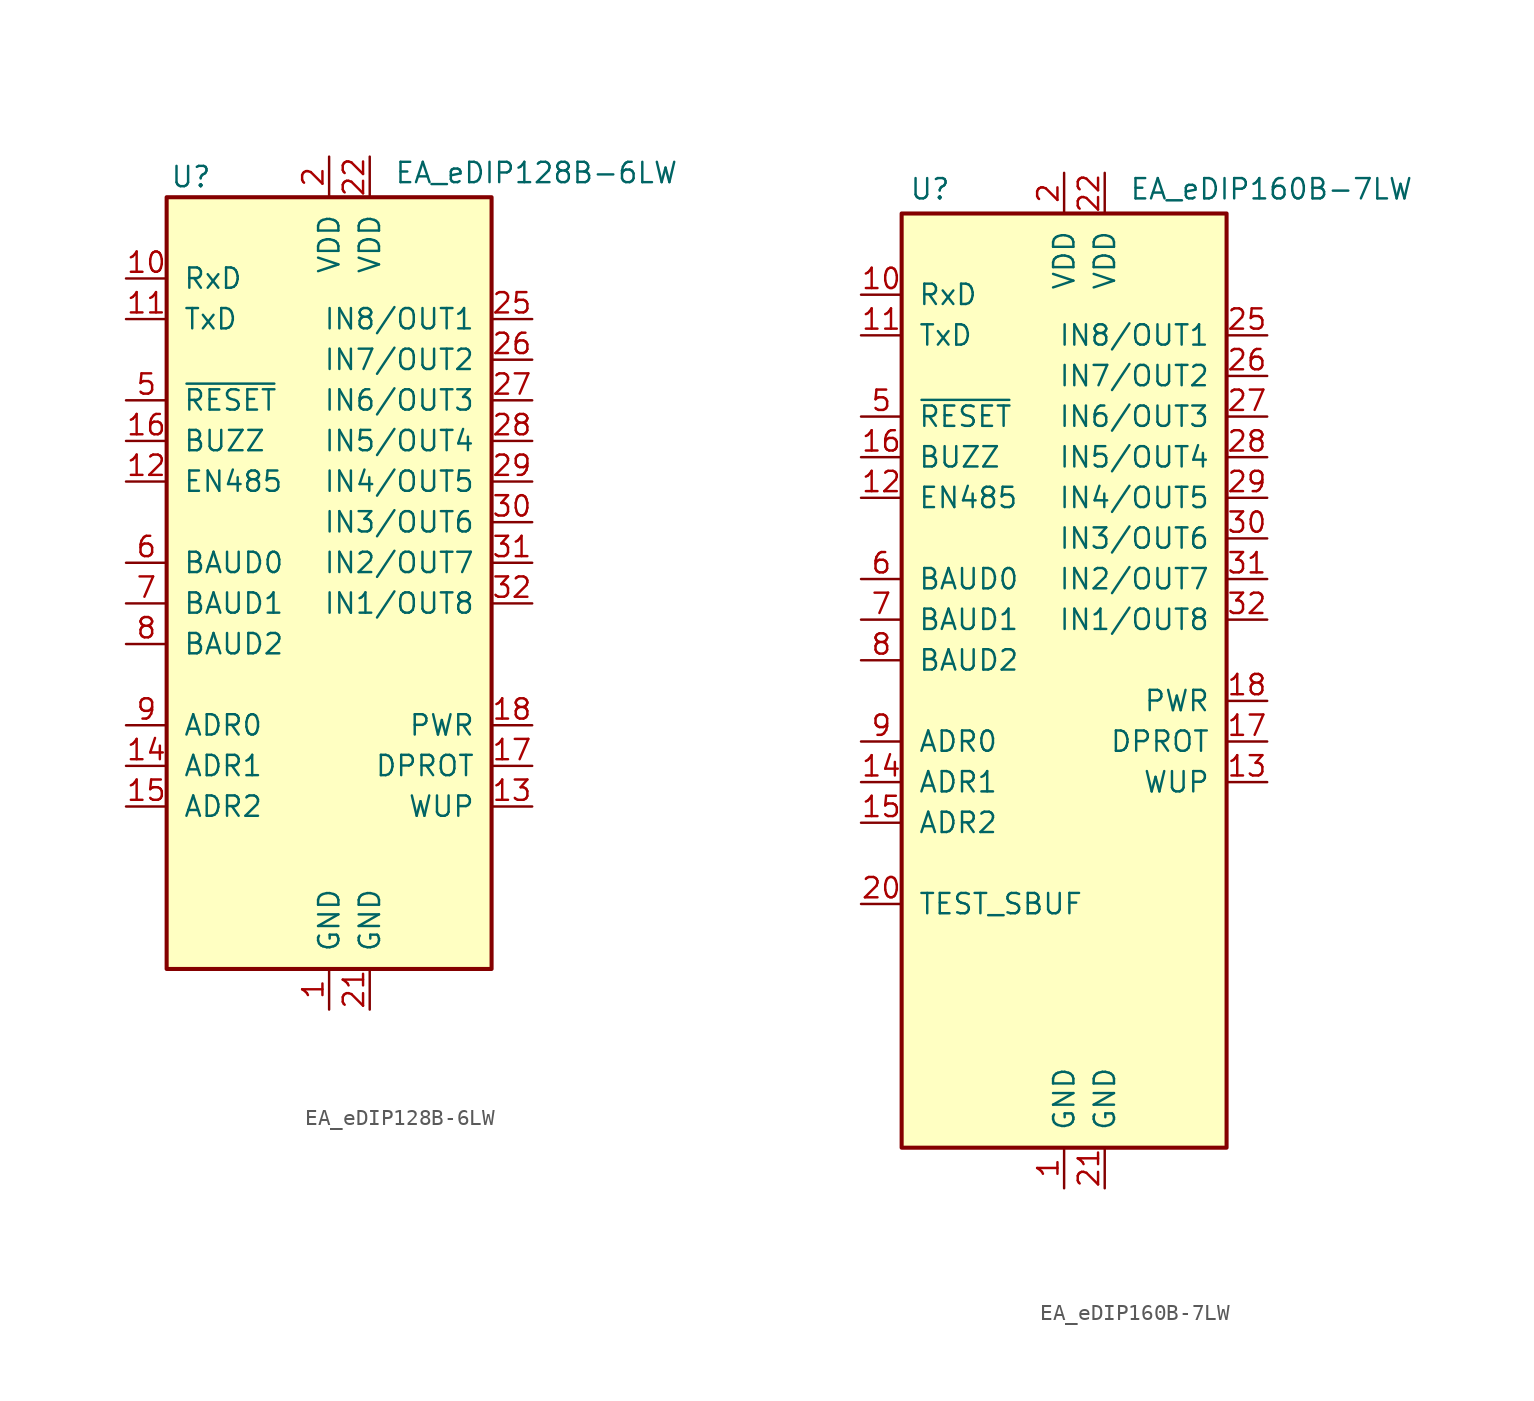
<source format=kicad_sym>
(kicad_symbol_lib
  (version 20241209)
  (generator "kicad_symbol_editor")
  (generator_version "9.0")
  (symbol "EA_eDIP128B-6LW"
    (pin_names
      (offset 1.016))
    (property "Reference" "U"
      (at -8.636 24.13 0)
      (effects (font (size 1.27 1.27))))
    (property "Value" "EA_eDIP128B-6LW"
      (at 4.064 24.384 0)
      (effects (font (size 1.27 1.27)) (justify left)))
    (symbol "EA_eDIP128B-6LW_0_1"
      (rectangle (start -10.16 22.86) (end 10.16 -25.4) (stroke (width 0.254) (type default)) (fill (type background))))
    (symbol "EA_eDIP128B-6LW_1_1"
      (pin input line (at -12.7 17.78 0) (length 2.54) (name "RxD" (effects (font (size 1.27 1.27)))) (number "10" (effects (font (size 1.27 1.27)))))
      (pin output line (at -12.7 15.24 0) (length 2.54) (name "TxD" (effects (font (size 1.27 1.27)))) (number "11" (effects (font (size 1.27 1.27)))))
      (pin input line (at -12.7 10.16 0) (length 2.54) (name "~{RESET}" (effects (font (size 1.27 1.27)))) (number "5" (effects (font (size 1.27 1.27)))))
      (pin output line (at -12.7 7.62 0) (length 2.54) (name "BUZZ" (effects (font (size 1.27 1.27)))) (number "16" (effects (font (size 1.27 1.27)))))
      (pin output line (at -12.7 5.08 0) (length 2.54) (name "EN485" (effects (font (size 1.27 1.27)))) (number "12" (effects (font (size 1.27 1.27)))))
      (pin input line (at -12.7 0 0) (length 2.54) (name "BAUD0" (effects (font (size 1.27 1.27)))) (number "6" (effects (font (size 1.27 1.27)))))
      (pin input line (at -12.7 -2.54 0) (length 2.54) (name "BAUD1" (effects (font (size 1.27 1.27)))) (number "7" (effects (font (size 1.27 1.27)))))
      (pin input line (at -12.7 -5.08 0) (length 2.54) (name "BAUD2" (effects (font (size 1.27 1.27)))) (number "8" (effects (font (size 1.27 1.27)))))
      (pin input line (at -12.7 -10.16 0) (length 2.54) (name "ADR0" (effects (font (size 1.27 1.27)))) (number "9" (effects (font (size 1.27 1.27)))))
      (pin input line (at -12.7 -12.7 0) (length 2.54) (name "ADR1" (effects (font (size 1.27 1.27)))) (number "14" (effects (font (size 1.27 1.27)))))
      (pin input line (at -12.7 -15.24 0) (length 2.54) (name "ADR2" (effects (font (size 1.27 1.27)))) (number "15" (effects (font (size 1.27 1.27)))))
      (pin no_connect line (at -10.16 -17.78 0) (length 2.54) (hide yes) (name "NC" (effects (font (size 1.27 1.27)))) (number "3" (effects (font (size 1.27 1.27)))))
      (pin no_connect line (at -10.16 -20.32 0) (length 2.54) (hide yes) (name "NC" (effects (font (size 1.27 1.27)))) (number "4" (effects (font (size 1.27 1.27)))))
      (pin no_connect line (at -10.16 -22.86 0) (length 2.54) (hide yes) (name "NC" (effects (font (size 1.27 1.27)))) (number "19" (effects (font (size 1.27 1.27)))))
      (pin power_in line (at 0 25.4 270) (length 2.54) (name "VDD" (effects (font (size 1.27 1.27)))) (number "2" (effects (font (size 1.27 1.27)))))
      (pin power_in line (at 0 -27.94 90) (length 2.54) (name "GND" (effects (font (size 1.27 1.27)))) (number "1" (effects (font (size 1.27 1.27)))))
      (pin power_in line (at 2.54 25.4 270) (length 2.54) (name "VDD" (effects (font (size 1.27 1.27)))) (number "22" (effects (font (size 1.27 1.27)))))
      (pin power_in line (at 2.54 -27.94 90) (length 2.54) (name "GND" (effects (font (size 1.27 1.27)))) (number "21" (effects (font (size 1.27 1.27)))))
      (pin no_connect line (at 10.16 -17.78 180) (length 2.54) (hide yes) (name "NC" (effects (font (size 1.27 1.27)))) (number "23" (effects (font (size 1.27 1.27)))))
      (pin no_connect line (at 10.16 -20.32 180) (length 2.54) (hide yes) (name "NC" (effects (font (size 1.27 1.27)))) (number "24" (effects (font (size 1.27 1.27)))))
      (pin bidirectional line (at 12.7 15.24 180) (length 2.54) (name "IN8/OUT1" (effects (font (size 1.27 1.27)))) (number "25" (effects (font (size 1.27 1.27)))))
      (pin bidirectional line (at 12.7 12.7 180) (length 2.54) (name "IN7/OUT2" (effects (font (size 1.27 1.27)))) (number "26" (effects (font (size 1.27 1.27)))))
      (pin bidirectional line (at 12.7 10.16 180) (length 2.54) (name "IN6/OUT3" (effects (font (size 1.27 1.27)))) (number "27" (effects (font (size 1.27 1.27)))))
      (pin bidirectional line (at 12.7 7.62 180) (length 2.54) (name "IN5/OUT4" (effects (font (size 1.27 1.27)))) (number "28" (effects (font (size 1.27 1.27)))))
      (pin bidirectional line (at 12.7 5.08 180) (length 2.54) (name "IN4/OUT5" (effects (font (size 1.27 1.27)))) (number "29" (effects (font (size 1.27 1.27)))))
      (pin bidirectional line (at 12.7 2.54 180) (length 2.54) (name "IN3/OUT6" (effects (font (size 1.27 1.27)))) (number "30" (effects (font (size 1.27 1.27)))))
      (pin bidirectional line (at 12.7 0 180) (length 2.54) (name "IN2/OUT7" (effects (font (size 1.27 1.27)))) (number "31" (effects (font (size 1.27 1.27)))))
      (pin bidirectional line (at 12.7 -2.54 180) (length 2.54) (name "IN1/OUT8" (effects (font (size 1.27 1.27)))) (number "32" (effects (font (size 1.27 1.27)))))
      (pin output line (at 12.7 -10.16 180) (length 2.54) (name "PWR" (effects (font (size 1.27 1.27)))) (number "18" (effects (font (size 1.27 1.27)))))
      (pin input line (at 12.7 -12.7 180) (length 2.54) (name "DPROT" (effects (font (size 1.27 1.27)))) (number "17" (effects (font (size 1.27 1.27)))))
      (pin input line (at 12.7 -15.24 180) (length 2.54) (name "WUP" (effects (font (size 1.27 1.27)))) (number "13" (effects (font (size 1.27 1.27)))))))
  (symbol "EA_eDIP160B-7LW"
    (pin_names
      (offset 1.016))
    (property "Reference" "U"
      (at -8.382 29.464 0)
      (effects (font (size 1.27 1.27))))
    (property "Value" "EA_eDIP160B-7LW"
      (at 4.064 29.464 0)
      (effects (font (size 1.27 1.27)) (justify left)))
    (symbol "EA_eDIP160B-7LW_0_1"
      (rectangle (start -10.16 27.94) (end 10.16 -30.48) (stroke (width 0.254) (type default)) (fill (type background))))
    (symbol "EA_eDIP160B-7LW_1_1"
      (pin input line (at -12.7 22.86 0) (length 2.54) (name "RxD" (effects (font (size 1.27 1.27)))) (number "10" (effects (font (size 1.27 1.27)))))
      (pin output line (at -12.7 20.32 0) (length 2.54) (name "TxD" (effects (font (size 1.27 1.27)))) (number "11" (effects (font (size 1.27 1.27)))))
      (pin input line (at -12.7 15.24 0) (length 2.54) (name "~{RESET}" (effects (font (size 1.27 1.27)))) (number "5" (effects (font (size 1.27 1.27)))))
      (pin output line (at -12.7 12.7 0) (length 2.54) (name "BUZZ" (effects (font (size 1.27 1.27)))) (number "16" (effects (font (size 1.27 1.27)))))
      (pin output line (at -12.7 10.16 0) (length 2.54) (name "EN485" (effects (font (size 1.27 1.27)))) (number "12" (effects (font (size 1.27 1.27)))))
      (pin input line (at -12.7 5.08 0) (length 2.54) (name "BAUD0" (effects (font (size 1.27 1.27)))) (number "6" (effects (font (size 1.27 1.27)))))
      (pin input line (at -12.7 2.54 0) (length 2.54) (name "BAUD1" (effects (font (size 1.27 1.27)))) (number "7" (effects (font (size 1.27 1.27)))))
      (pin input line (at -12.7 0 0) (length 2.54) (name "BAUD2" (effects (font (size 1.27 1.27)))) (number "8" (effects (font (size 1.27 1.27)))))
      (pin input line (at -12.7 -5.08 0) (length 2.54) (name "ADR0" (effects (font (size 1.27 1.27)))) (number "9" (effects (font (size 1.27 1.27)))))
      (pin input line (at -12.7 -7.62 0) (length 2.54) (name "ADR1" (effects (font (size 1.27 1.27)))) (number "14" (effects (font (size 1.27 1.27)))))
      (pin input line (at -12.7 -10.16 0) (length 2.54) (name "ADR2" (effects (font (size 1.27 1.27)))) (number "15" (effects (font (size 1.27 1.27)))))
      (pin open_collector line (at -12.7 -15.24 0) (length 2.54) (name "TEST_SBUF" (effects (font (size 1.27 1.27)))) (number "20" (effects (font (size 1.27 1.27)))))
      (pin no_connect line (at -10.16 -17.78 0) (length 2.54) (hide yes) (name "NC" (effects (font (size 1.27 1.27)))) (number "3" (effects (font (size 1.27 1.27)))))
      (pin no_connect line (at -10.16 -20.32 0) (length 2.54) (hide yes) (name "NC" (effects (font (size 1.27 1.27)))) (number "4" (effects (font (size 1.27 1.27)))))
      (pin no_connect line (at -10.16 -22.86 0) (length 2.54) (hide yes) (name "NC" (effects (font (size 1.27 1.27)))) (number "19" (effects (font (size 1.27 1.27)))))
      (pin no_connect line (at -10.16 -25.4 0) (length 2.54) (hide yes) (name "NC" (effects (font (size 1.27 1.27)))) (number "23" (effects (font (size 1.27 1.27)))))
      (pin no_connect line (at -10.16 -27.94 0) (length 2.54) (hide yes) (name "NC" (effects (font (size 1.27 1.27)))) (number "24" (effects (font (size 1.27 1.27)))))
      (pin power_in line (at 0 30.48 270) (length 2.54) (name "VDD" (effects (font (size 1.27 1.27)))) (number "2" (effects (font (size 1.27 1.27)))))
      (pin power_in line (at 0 -33.02 90) (length 2.54) (name "GND" (effects (font (size 1.27 1.27)))) (number "1" (effects (font (size 1.27 1.27)))))
      (pin power_in line (at 2.54 30.48 270) (length 2.54) (name "VDD" (effects (font (size 1.27 1.27)))) (number "22" (effects (font (size 1.27 1.27)))))
      (pin power_in line (at 2.54 -33.02 90) (length 2.54) (name "GND" (effects (font (size 1.27 1.27)))) (number "21" (effects (font (size 1.27 1.27)))))
      (pin no_connect line (at 10.16 -10.16 180) (length 2.54) (hide yes) (name "NC" (effects (font (size 1.27 1.27)))) (number "33" (effects (font (size 1.27 1.27)))))
      (pin no_connect line (at 10.16 -12.7 180) (length 2.54) (hide yes) (name "NC" (effects (font (size 1.27 1.27)))) (number "34" (effects (font (size 1.27 1.27)))))
      (pin no_connect line (at 10.16 -15.24 180) (length 2.54) (hide yes) (name "NC" (effects (font (size 1.27 1.27)))) (number "35" (effects (font (size 1.27 1.27)))))
      (pin no_connect line (at 10.16 -17.78 180) (length 2.54) (hide yes) (name "NC" (effects (font (size 1.27 1.27)))) (number "36" (effects (font (size 1.27 1.27)))))
      (pin no_connect line (at 10.16 -20.32 180) (length 2.54) (hide yes) (name "NC" (effects (font (size 1.27 1.27)))) (number "37" (effects (font (size 1.27 1.27)))))
      (pin no_connect line (at 10.16 -22.86 180) (length 2.54) (hide yes) (name "NC" (effects (font (size 1.27 1.27)))) (number "38" (effects (font (size 1.27 1.27)))))
      (pin no_connect line (at 10.16 -25.4 180) (length 2.54) (hide yes) (name "NC" (effects (font (size 1.27 1.27)))) (number "39" (effects (font (size 1.27 1.27)))))
      (pin no_connect line (at 10.16 -27.94 180) (length 2.54) (hide yes) (name "NC" (effects (font (size 1.27 1.27)))) (number "40" (effects (font (size 1.27 1.27)))))
      (pin bidirectional line (at 12.7 20.32 180) (length 2.54) (name "IN8/OUT1" (effects (font (size 1.27 1.27)))) (number "25" (effects (font (size 1.27 1.27)))))
      (pin bidirectional line (at 12.7 17.78 180) (length 2.54) (name "IN7/OUT2" (effects (font (size 1.27 1.27)))) (number "26" (effects (font (size 1.27 1.27)))))
      (pin bidirectional line (at 12.7 15.24 180) (length 2.54) (name "IN6/OUT3" (effects (font (size 1.27 1.27)))) (number "27" (effects (font (size 1.27 1.27)))))
      (pin bidirectional line (at 12.7 12.7 180) (length 2.54) (name "IN5/OUT4" (effects (font (size 1.27 1.27)))) (number "28" (effects (font (size 1.27 1.27)))))
      (pin bidirectional line (at 12.7 10.16 180) (length 2.54) (name "IN4/OUT5" (effects (font (size 1.27 1.27)))) (number "29" (effects (font (size 1.27 1.27)))))
      (pin bidirectional line (at 12.7 7.62 180) (length 2.54) (name "IN3/OUT6" (effects (font (size 1.27 1.27)))) (number "30" (effects (font (size 1.27 1.27)))))
      (pin bidirectional line (at 12.7 5.08 180) (length 2.54) (name "IN2/OUT7" (effects (font (size 1.27 1.27)))) (number "31" (effects (font (size 1.27 1.27)))))
      (pin bidirectional line (at 12.7 2.54 180) (length 2.54) (name "IN1/OUT8" (effects (font (size 1.27 1.27)))) (number "32" (effects (font (size 1.27 1.27)))))
      (pin output line (at 12.7 -2.54 180) (length 2.54) (name "PWR" (effects (font (size 1.27 1.27)))) (number "18" (effects (font (size 1.27 1.27)))))
      (pin input line (at 12.7 -5.08 180) (length 2.54) (name "DPROT" (effects (font (size 1.27 1.27)))) (number "17" (effects (font (size 1.27 1.27)))))
      (pin input line (at 12.7 -7.62 180) (length 2.54) (name "WUP" (effects (font (size 1.27 1.27)))) (number "13" (effects (font (size 1.27 1.27))))))))
</source>
